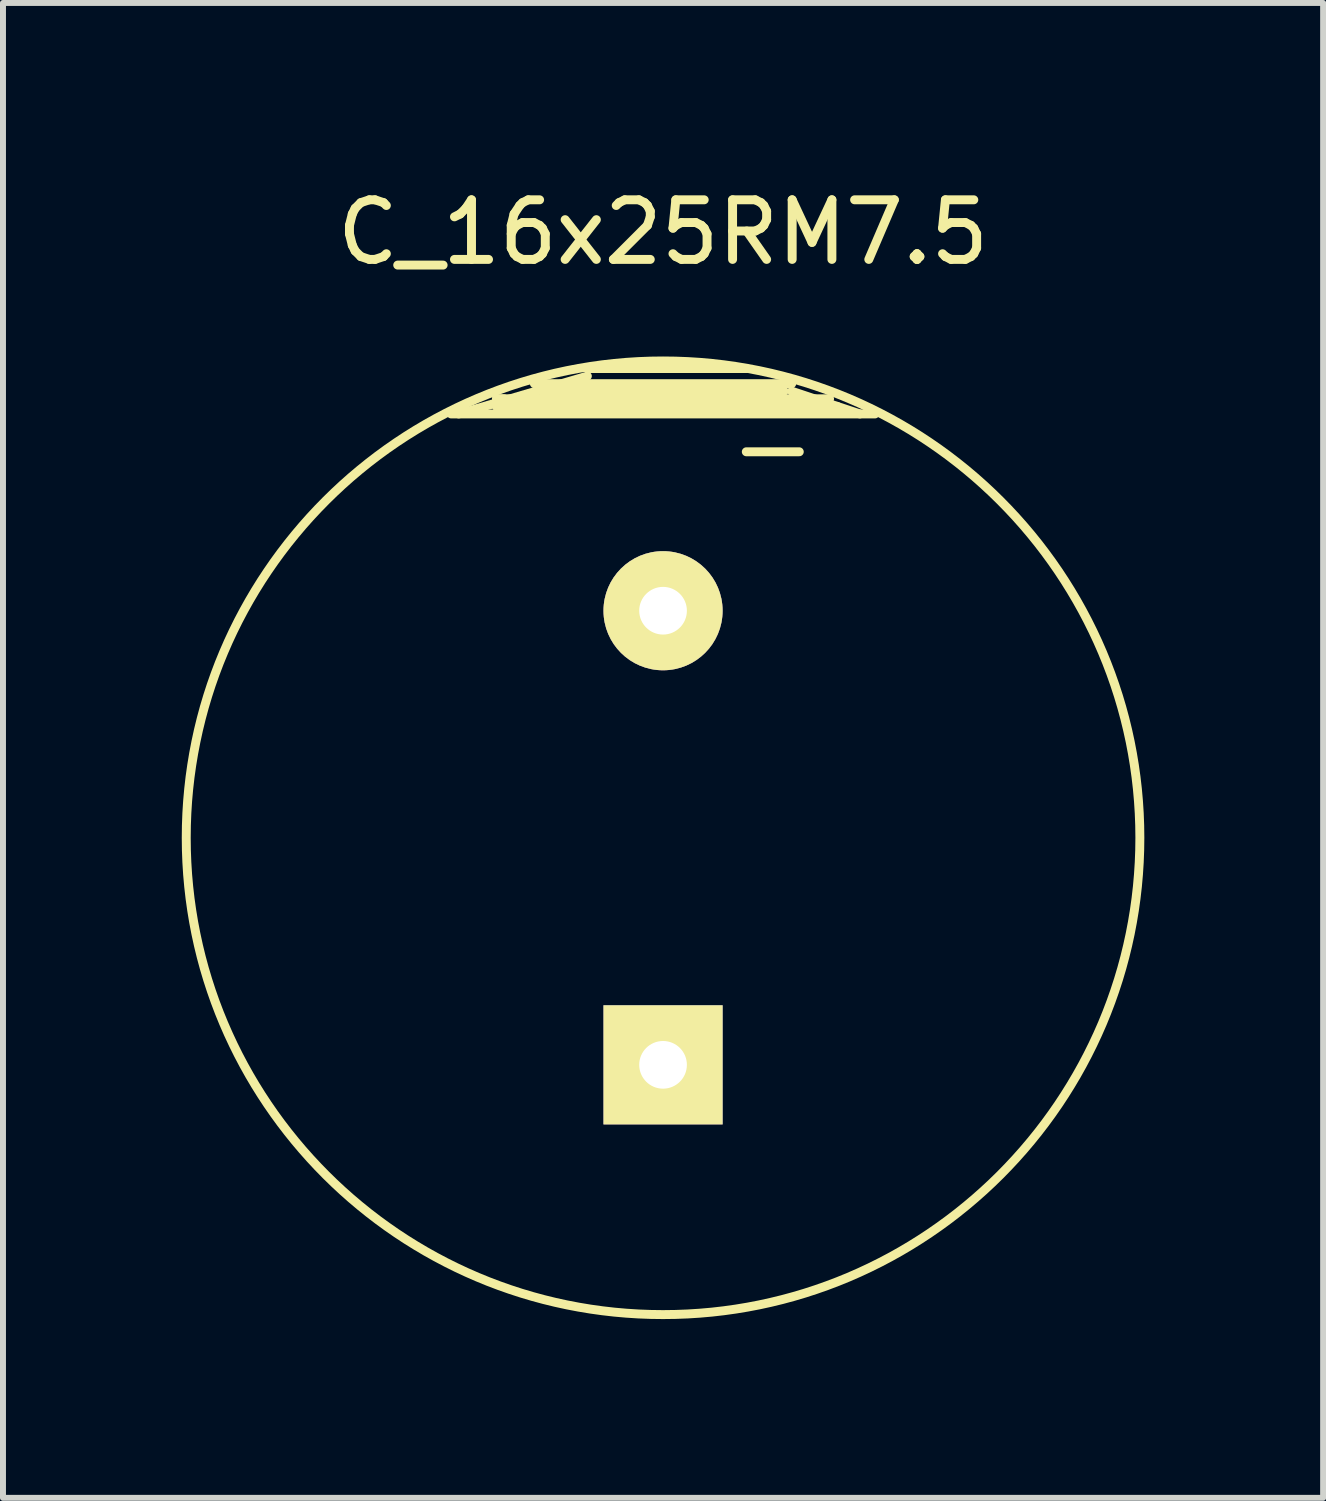
<source format=kicad_pcb>
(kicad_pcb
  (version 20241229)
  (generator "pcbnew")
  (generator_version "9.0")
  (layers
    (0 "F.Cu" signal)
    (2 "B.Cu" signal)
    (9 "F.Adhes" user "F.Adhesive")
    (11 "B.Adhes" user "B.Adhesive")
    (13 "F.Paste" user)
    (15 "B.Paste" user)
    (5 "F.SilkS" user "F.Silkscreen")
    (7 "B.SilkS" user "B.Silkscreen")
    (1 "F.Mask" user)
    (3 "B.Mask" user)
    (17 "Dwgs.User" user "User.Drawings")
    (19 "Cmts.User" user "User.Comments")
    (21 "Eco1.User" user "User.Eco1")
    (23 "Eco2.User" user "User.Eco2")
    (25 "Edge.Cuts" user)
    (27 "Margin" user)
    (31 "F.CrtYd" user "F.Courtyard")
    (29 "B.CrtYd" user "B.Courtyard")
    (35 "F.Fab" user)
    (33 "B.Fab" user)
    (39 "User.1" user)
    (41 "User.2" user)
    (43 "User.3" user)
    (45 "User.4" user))
  (footprint "C_16x25RM7.5"
    (layer "F.Cu")
    (at 8.076 11.008)
    (property "Reference" "C_16x25RM7.5" (at 0 -10.16 0) (layer "F.SilkS") (effects (font (size 1 1) (thickness 0.15))))
    (attr through_hole)
    (fp_line (start -3.429 -7.112) (end -1.27 -7.747) (stroke (width 0.15) (type solid)) (layer "F.SilkS"))
    (fp_line (start -2.794 -7.366) (end -2.667 -7.366) (stroke (width 0.15) (type solid)) (layer "F.SilkS"))
    (fp_line (start -2.794 -7.239) (end -1.905 -7.239) (stroke (width 0.15) (type solid)) (layer "F.SilkS"))
    (fp_line (start -2.159 -7.62) (end 2.159 -7.62) (stroke (width 0.15) (type solid)) (layer "F.SilkS"))
    (fp_line (start -2.032 -7.493) (end 2.032 -7.493) (stroke (width 0.15) (type solid)) (layer "F.SilkS"))
    (fp_line (start 1.397 -7.874) (end -1.27 -7.874) (stroke (width 0.15) (type solid)) (layer "F.SilkS"))
    (fp_line (start 1.397 -6.477) (end 2.286 -6.477) (stroke (width 0.15) (type solid)) (layer "F.SilkS"))
    (fp_line (start 2.794 -7.366) (end -2.794 -7.366) (stroke (width 0.15) (type solid)) (layer "F.SilkS"))
    (fp_line (start 2.921 -7.239) (end -2.794 -7.239) (stroke (width 0.15) (type solid)) (layer "F.SilkS"))
    (fp_line (start 3.302 -7.112) (end 2.159 -7.493) (stroke (width 0.15) (type solid)) (layer "F.SilkS"))
    (fp_line (start 3.556 -7.112) (end -3.556 -7.112) (stroke (width 0.15) (type solid)) (layer "F.SilkS"))
    (fp_circle (center 0 0) (end 8.001 0) (stroke (width 0.15) (type solid)) (fill no) (layer "F.SilkS"))
    (pad "1" thru_hole rect (at 0 3.81) (size 1.999 1.999) (drill 0.8) (layers "*.Cu" "*.Mask" "F.SilkS"))
    (pad "2" thru_hole circle (at 0 -3.81) (size 1.999 1.999) (drill 0.8) (layers "*.Cu" "*.Mask" "F.SilkS")))
  (gr_rect
    (start -3 -3)
    (end 19.152 22.084)
    (stroke (width 0.1) (type default))
    (fill no)
    (layer "Edge.Cuts")))
</source>
